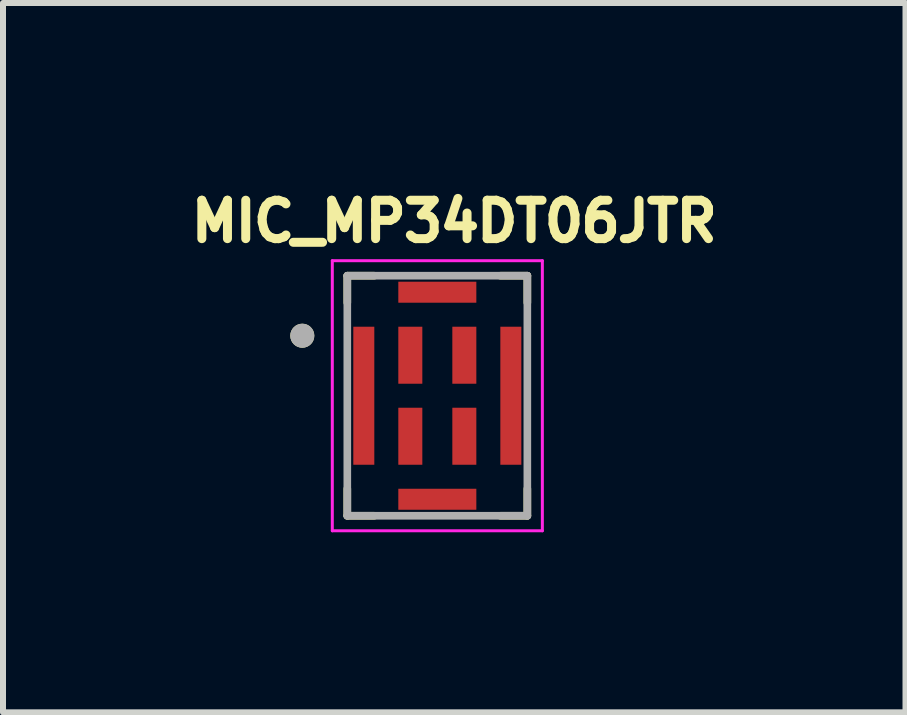
<source format=kicad_pcb>
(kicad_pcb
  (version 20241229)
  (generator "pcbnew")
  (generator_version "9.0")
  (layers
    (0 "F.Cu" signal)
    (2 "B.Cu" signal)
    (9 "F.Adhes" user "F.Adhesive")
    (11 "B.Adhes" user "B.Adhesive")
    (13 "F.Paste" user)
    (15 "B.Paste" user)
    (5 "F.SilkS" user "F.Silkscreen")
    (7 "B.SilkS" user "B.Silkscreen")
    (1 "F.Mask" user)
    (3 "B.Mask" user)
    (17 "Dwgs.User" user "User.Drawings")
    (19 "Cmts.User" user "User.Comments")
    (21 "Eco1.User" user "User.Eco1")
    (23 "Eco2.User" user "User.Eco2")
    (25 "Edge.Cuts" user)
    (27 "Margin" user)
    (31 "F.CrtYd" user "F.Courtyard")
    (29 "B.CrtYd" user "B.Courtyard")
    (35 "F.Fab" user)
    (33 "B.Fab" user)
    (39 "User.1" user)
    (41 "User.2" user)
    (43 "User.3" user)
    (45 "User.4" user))
  (footprint "MIC_MP34DT06JTR"
    (layer "F.Cu")
    (at 4.237 3.544)
    (property "Reference" "MIC_MP34DT06JTR" (at 0.282 -2.906 0) (layer "F.SilkS") (effects (font (size 0.64 0.64) (thickness 0.15))))
    (attr smd)
    (fp_line (start -1.5 -2) (end -1.5 -1.55) (stroke (width 0.127) (type solid)) (layer "F.SilkS"))
    (fp_line (start -1.5 2) (end -1.5 1.55) (stroke (width 0.127) (type solid)) (layer "F.SilkS"))
    (fp_line (start -1.5 2) (end -1.05 2) (stroke (width 0.127) (type solid)) (layer "F.SilkS"))
    (fp_line (start -1.05 -2) (end -1.5 -2) (stroke (width 0.127) (type solid)) (layer "F.SilkS"))
    (fp_line (start 1.05 -2) (end 1.5 -2) (stroke (width 0.127) (type solid)) (layer "F.SilkS"))
    (fp_line (start 1.5 -2) (end 1.5 -1.55) (stroke (width 0.127) (type solid)) (layer "F.SilkS"))
    (fp_line (start 1.5 2) (end 1.05 2) (stroke (width 0.127) (type solid)) (layer "F.SilkS"))
    (fp_line (start 1.5 2) (end 1.5 1.55) (stroke (width 0.127) (type solid)) (layer "F.SilkS"))
    (fp_circle (center -2.25 -1) (end -2.15 -1) (stroke (width 0.2) (type solid)) (fill no) (layer "F.SilkS"))
    (fp_line (start -1.75 -2.25) (end -1.75 2.25) (stroke (width 0.05) (type solid)) (layer "F.CrtYd"))
    (fp_line (start -1.75 2.25) (end 1.75 2.25) (stroke (width 0.05) (type solid)) (layer "F.CrtYd"))
    (fp_line (start 1.75 -2.25) (end -1.75 -2.25) (stroke (width 0.05) (type solid)) (layer "F.CrtYd"))
    (fp_line (start 1.75 2.25) (end 1.75 -2.25) (stroke (width 0.05) (type solid)) (layer "F.CrtYd"))
    (fp_line (start -1.5 -2) (end 1.5 -2) (stroke (width 0.127) (type solid)) (layer "F.Fab"))
    (fp_line (start -1.5 2) (end -1.5 -2) (stroke (width 0.127) (type solid)) (layer "F.Fab"))
    (fp_line (start 1.5 -2) (end 1.5 2) (stroke (width 0.127) (type solid)) (layer "F.Fab"))
    (fp_line (start 1.5 2) (end -1.5 2) (stroke (width 0.127) (type solid)) (layer "F.Fab"))
    (fp_circle (center -2.25 -1) (end -2.15 -1) (stroke (width 0.2) (type solid)) (fill no) (layer "F.Fab"))
    (pad "1" smd rect (at -0.45 -0.675) (size 0.4 0.95) (layers "F.Cu" "F.Mask" "F.Paste"))
    (pad "2" smd rect (at -0.45 0.675) (size 0.4 0.95) (layers "F.Cu" "F.Mask" "F.Paste"))
    (pad "3" smd rect (at 0.45 0.675) (size 0.4 0.95) (layers "F.Cu" "F.Mask" "F.Paste"))
    (pad "4" smd rect (at 0.45 -0.675) (size 0.4 0.95) (layers "F.Cu" "F.Mask" "F.Paste"))
    (pad "5" smd rect (at 1.225 0) (size 0.35 2.3) (layers "F.Cu" "F.Mask" "F.Paste"))
    (pad "6" smd rect (at 0 -1.725) (size 1.3 0.35) (layers "F.Cu" "F.Mask" "F.Paste"))
    (pad "7" smd rect (at -1.225 0) (size 0.35 2.3) (layers "F.Cu" "F.Mask" "F.Paste"))
    (pad "8" smd rect (at 0 1.725) (size 1.3 0.35) (layers "F.Cu" "F.Mask" "F.Paste")))
  (gr_rect
    (start -3 -3)
    (end 12.038 8.819)
    (stroke (width 0.1) (type default))
    (fill no)
    (layer "Edge.Cuts")))
</source>
